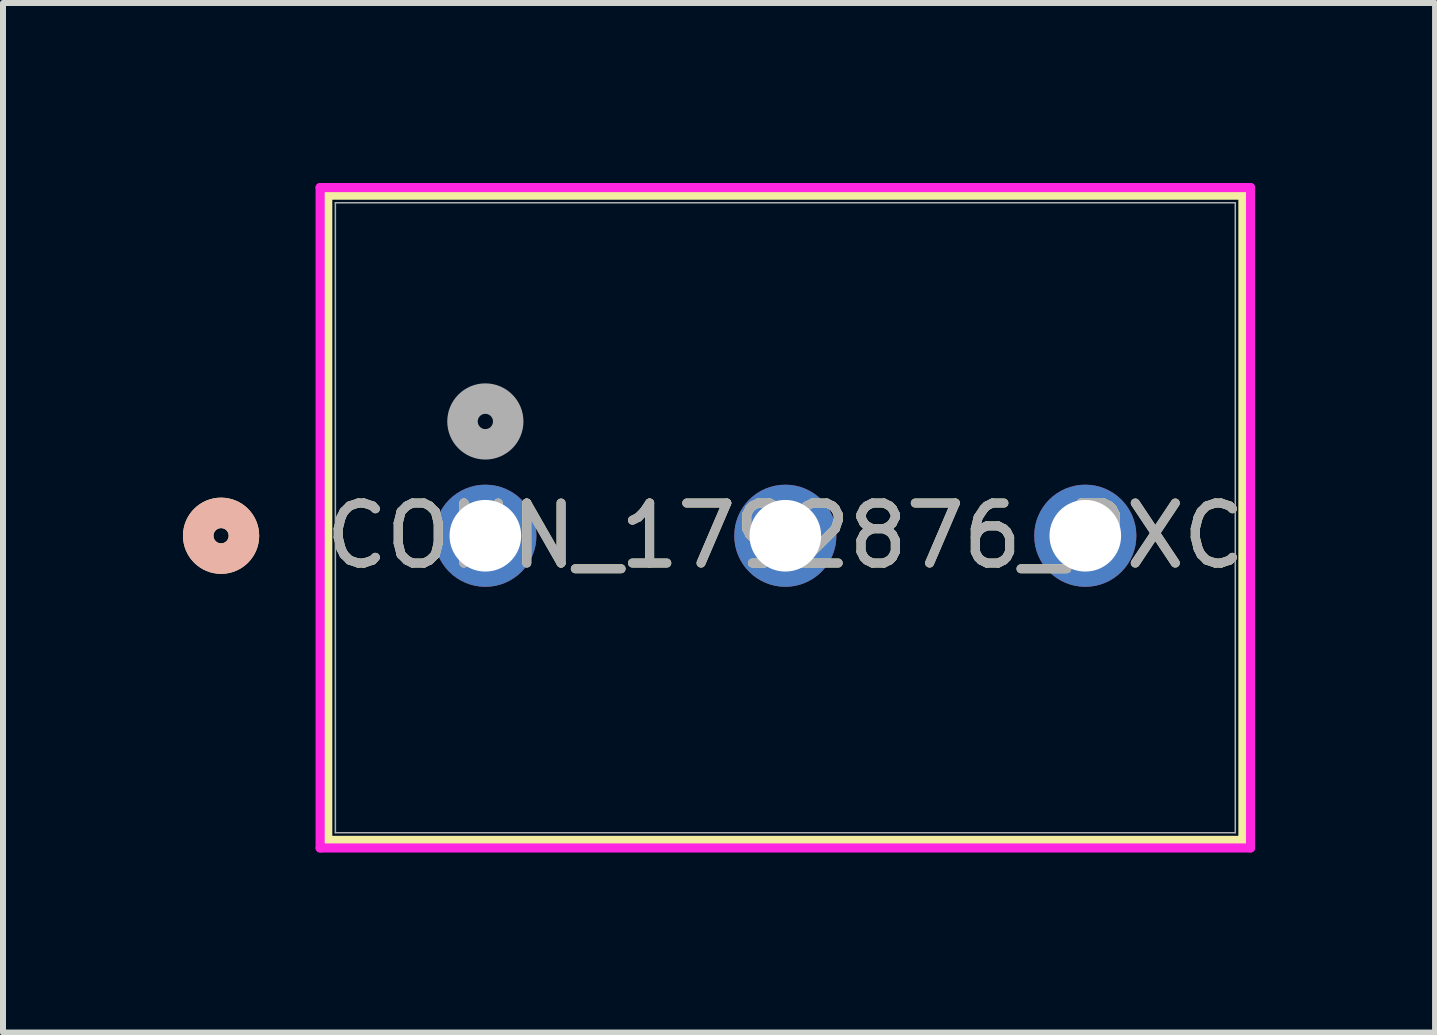
<source format=kicad_pcb>
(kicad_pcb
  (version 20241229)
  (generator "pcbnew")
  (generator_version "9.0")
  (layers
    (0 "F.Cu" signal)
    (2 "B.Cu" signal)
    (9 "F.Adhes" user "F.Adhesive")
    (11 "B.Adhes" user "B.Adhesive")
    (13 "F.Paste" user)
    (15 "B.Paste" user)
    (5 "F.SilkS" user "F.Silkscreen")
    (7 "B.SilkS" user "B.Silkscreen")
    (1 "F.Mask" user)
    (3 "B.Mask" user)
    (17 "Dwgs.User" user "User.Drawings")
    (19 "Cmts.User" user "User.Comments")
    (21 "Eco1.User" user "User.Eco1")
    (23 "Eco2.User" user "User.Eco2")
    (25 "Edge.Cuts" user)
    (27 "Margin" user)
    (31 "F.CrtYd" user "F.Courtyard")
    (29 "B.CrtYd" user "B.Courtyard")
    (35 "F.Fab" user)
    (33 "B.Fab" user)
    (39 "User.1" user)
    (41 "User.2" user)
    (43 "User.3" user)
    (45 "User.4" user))
  (footprint "CONN_1792876_PXC"
    (layer "F.Cu")
    (at 5.04 5.88)
    (property "Reference" "CONN_1792876_PXC" (at 5 0 0) (unlocked yes) (layer "F.SilkS") (effects (font (size 1 1) (thickness 0.15))))
    (attr through_hole)
    (fp_line (start -2.627 -5.677) (end -2.627 5.077) (stroke (width 0.152) (type solid)) (layer "F.SilkS"))
    (fp_line (start -2.627 5.077) (end 12.627 5.077) (stroke (width 0.152) (type solid)) (layer "F.SilkS"))
    (fp_line (start 12.627 -5.677) (end -2.627 -5.677) (stroke (width 0.152) (type solid)) (layer "F.SilkS"))
    (fp_line (start 12.627 5.077) (end 12.627 -5.677) (stroke (width 0.152) (type solid)) (layer "F.SilkS"))
    (fp_circle (center -4.405 0) (end -4.024 0) (stroke (width 0.508) (type solid)) (fill no) (layer "F.SilkS"))
    (fp_circle (center -4.405 0) (end -4.024 0) (stroke (width 0.508) (type solid)) (fill no) (layer "B.SilkS"))
    (fp_line (start -2.754 -5.804) (end -2.754 5.204) (stroke (width 0.152) (type solid)) (layer "F.CrtYd"))
    (fp_line (start -2.754 5.204) (end 12.754 5.204) (stroke (width 0.152) (type solid)) (layer "F.CrtYd"))
    (fp_line (start 12.754 -5.804) (end -2.754 -5.804) (stroke (width 0.152) (type solid)) (layer "F.CrtYd"))
    (fp_line (start 12.754 5.204) (end 12.754 -5.804) (stroke (width 0.152) (type solid)) (layer "F.CrtYd"))
    (fp_line (start -2.5 -5.55) (end -2.5 4.95) (stroke (width 0.025) (type solid)) (layer "F.Fab"))
    (fp_line (start -2.5 4.95) (end 12.5 4.95) (stroke (width 0.025) (type solid)) (layer "F.Fab"))
    (fp_line (start 12.5 -5.55) (end -2.5 -5.55) (stroke (width 0.025) (type solid)) (layer "F.Fab"))
    (fp_line (start 12.5 4.95) (end 12.5 -5.55) (stroke (width 0.025) (type solid)) (layer "F.Fab"))
    (fp_circle (center 0 -1.905) (end 0.381 -1.905) (stroke (width 0.508) (type solid)) (fill no) (layer "F.Fab"))
    (fp_text user "${REFERENCE}" (at 5 0 0) (unlocked yes) (layer "F.Fab") (effects (font (size 1 1) (thickness 0.15))))
    (pad "1" thru_hole circle (at 0 0) (size 1.702 1.702) (drill 1.194) (layers "*.Cu" "*.Mask"))
    (pad "2" thru_hole circle (at 5 0) (size 1.702 1.702) (drill 1.194) (layers "*.Cu" "*.Mask"))
    (pad "3" thru_hole circle (at 10 0) (size 1.702 1.702) (drill 1.194) (layers "*.Cu" "*.Mask")))
  (gr_rect
    (start -3 -3)
    (end 20.87 14.16)
    (stroke (width 0.1) (type default))
    (fill no)
    (layer "Edge.Cuts")))
</source>
